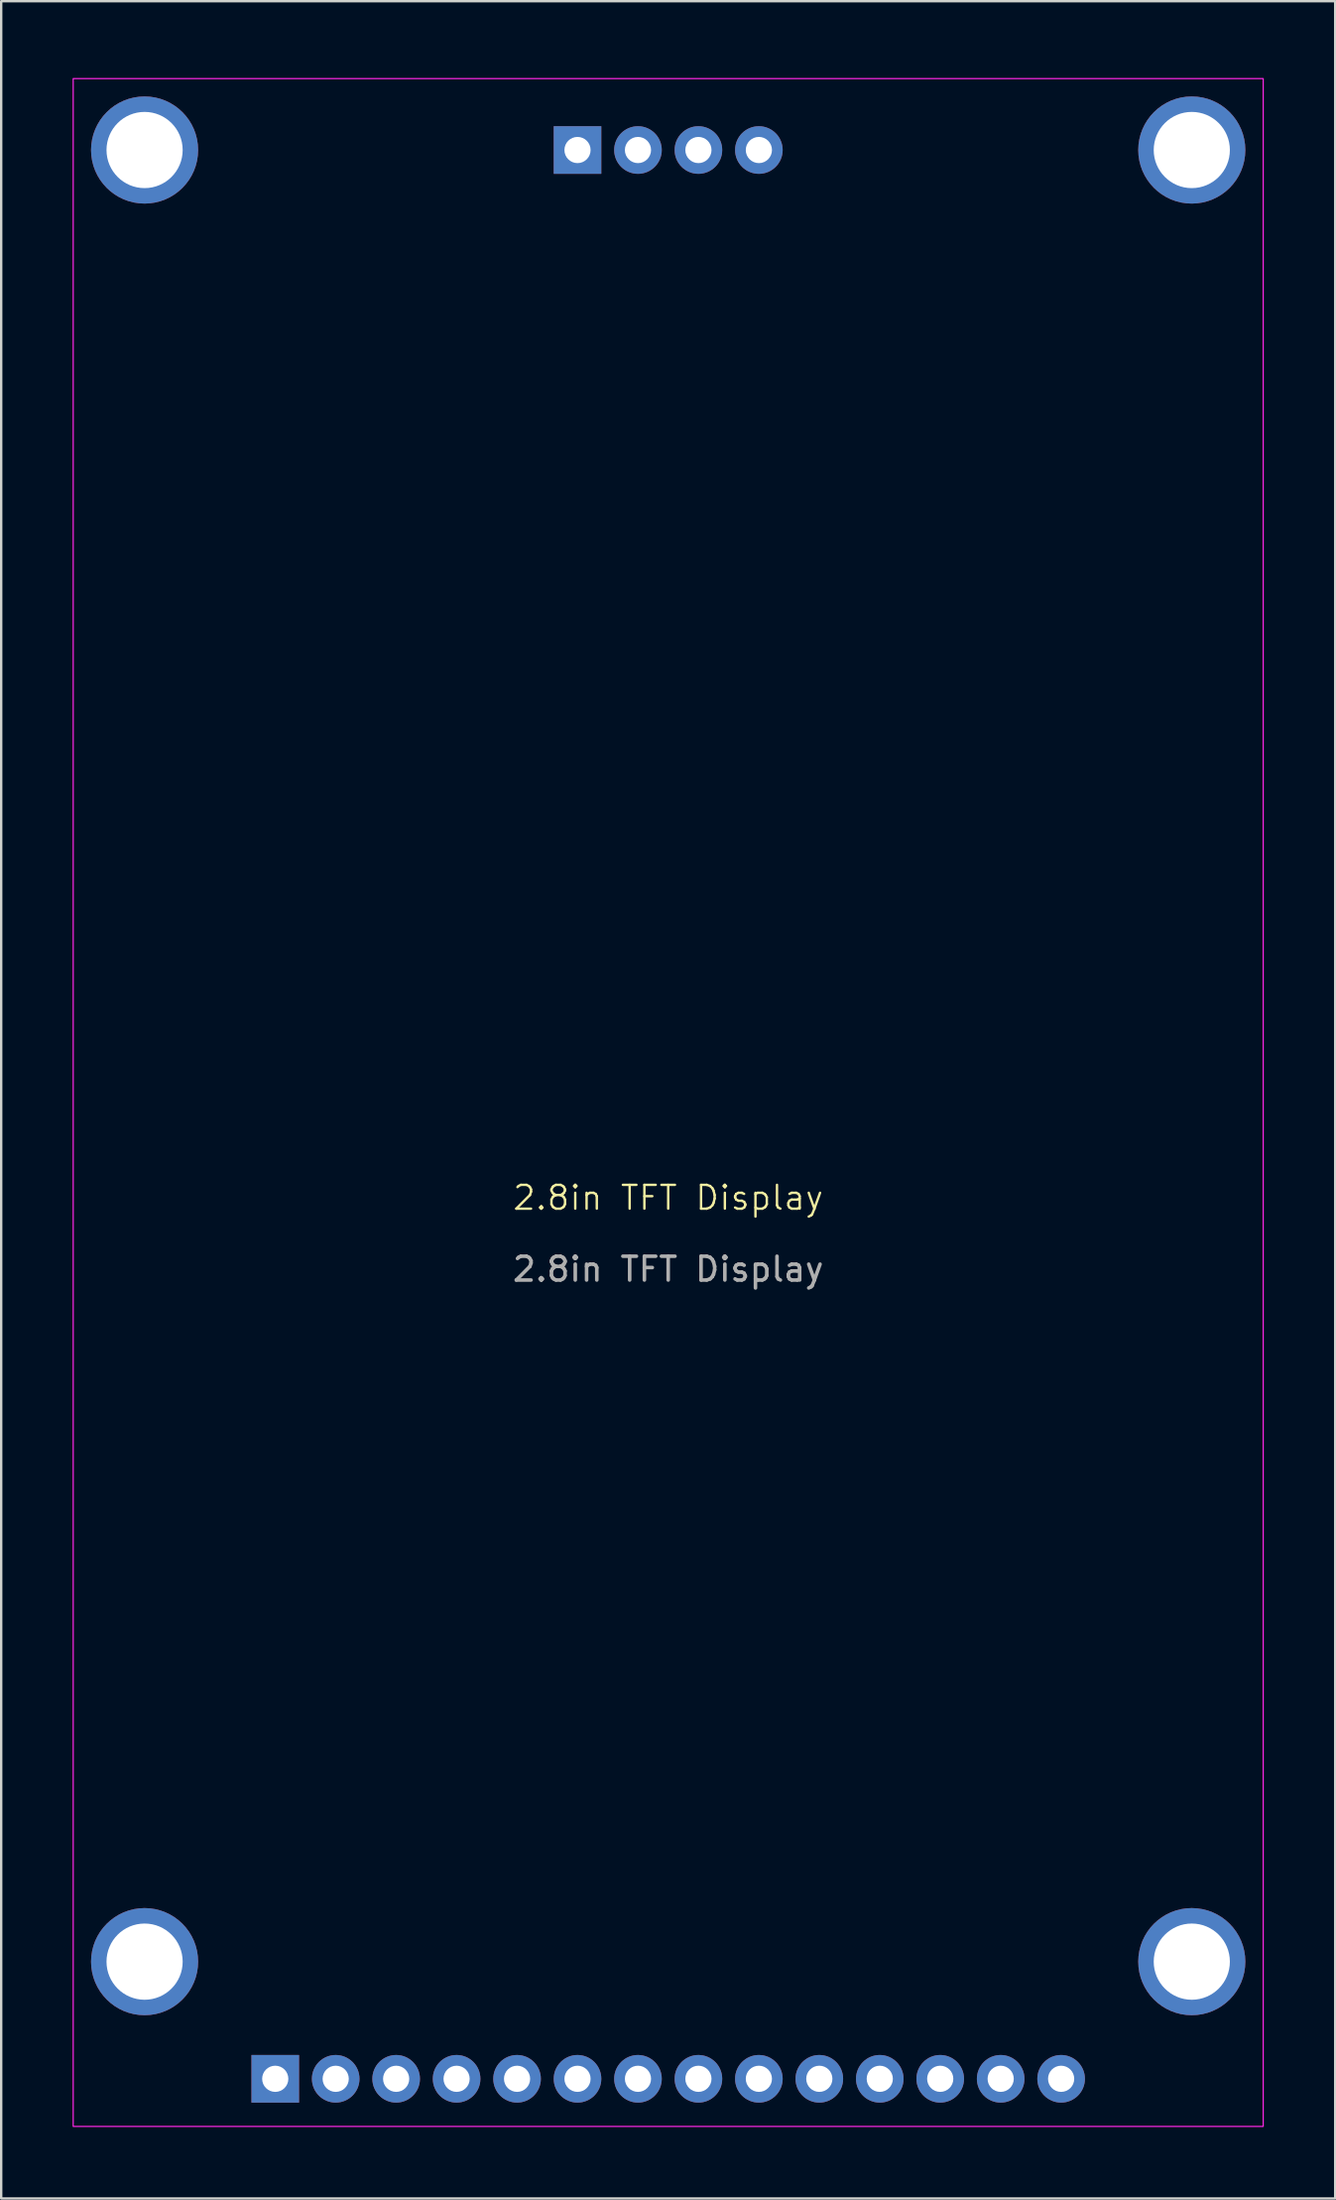
<source format=kicad_pcb>
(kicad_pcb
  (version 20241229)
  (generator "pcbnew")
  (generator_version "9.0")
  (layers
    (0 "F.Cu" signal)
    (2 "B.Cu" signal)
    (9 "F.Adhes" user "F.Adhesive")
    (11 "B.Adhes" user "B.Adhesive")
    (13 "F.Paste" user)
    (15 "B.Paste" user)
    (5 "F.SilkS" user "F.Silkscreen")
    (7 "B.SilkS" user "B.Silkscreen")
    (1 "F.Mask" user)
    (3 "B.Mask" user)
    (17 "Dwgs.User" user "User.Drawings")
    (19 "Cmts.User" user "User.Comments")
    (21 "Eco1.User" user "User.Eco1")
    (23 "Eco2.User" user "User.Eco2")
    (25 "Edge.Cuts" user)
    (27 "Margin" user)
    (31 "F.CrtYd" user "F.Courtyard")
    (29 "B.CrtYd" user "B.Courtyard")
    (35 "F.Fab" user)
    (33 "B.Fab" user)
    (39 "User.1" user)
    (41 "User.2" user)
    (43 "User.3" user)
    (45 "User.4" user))
  (footprint "2.8in TFT Display"
    (layer "F.Cu")
    (at 25.025 0.25)
    (property "Reference" "2.8in TFT Display" (at 0 47 0) (unlocked yes) (layer "F.SilkS") (effects (font (size 1 1) (thickness 0.1))))
    (attr through_hole)
    (fp_rect (start -25 0) (end 25 86) (stroke (width 0.05) (type default)) (fill no) (layer "F.CrtYd"))
    (fp_text user "${REFERENCE}" (at 0 50 0) (unlocked yes) (layer "F.Fab") (effects (font (size 1 1) (thickness 0.15))))
    (pad "" thru_hole circle (at -22 3) (size 4.5 4.5) (drill 3.2) (layers "*.Cu" "*.Mask"))
    (pad "" thru_hole circle (at -22 79.08) (size 4.5 4.5) (drill 3.2) (layers "*.Cu" "*.Mask"))
    (pad "" thru_hole circle (at 22 3) (size 4.5 4.5) (drill 3.2) (layers "*.Cu" "*.Mask"))
    (pad "" thru_hole circle (at 22 79.08) (size 4.5 4.5) (drill 3.2) (layers "*.Cu" "*.Mask"))
    (pad "1" thru_hole circle (at 16.51 84) (size 2 2) (drill 1.1) (layers "*.Cu" "*.Mask"))
    (pad "2" thru_hole circle (at 13.97 84) (size 2 2) (drill 1.1) (layers "*.Cu" "*.Mask"))
    (pad "3" thru_hole circle (at 11.43 84) (size 2 2) (drill 1.1) (layers "*.Cu" "*.Mask"))
    (pad "4" thru_hole circle (at 8.89 84) (size 2 2) (drill 1.1) (layers "*.Cu" "*.Mask"))
    (pad "5" thru_hole circle (at 6.35 84) (size 2 2) (drill 1.1) (layers "*.Cu" "*.Mask"))
    (pad "6" thru_hole circle (at 3.81 84) (size 2 2) (drill 1.1) (layers "*.Cu" "*.Mask"))
    (pad "7" thru_hole circle (at 1.27 84) (size 2 2) (drill 1.1) (layers "*.Cu" "*.Mask"))
    (pad "8" thru_hole circle (at -1.27 84) (size 2 2) (drill 1.1) (layers "*.Cu" "*.Mask"))
    (pad "9" thru_hole circle (at -3.81 84) (size 2 2) (drill 1.1) (layers "*.Cu" "*.Mask"))
    (pad "10" thru_hole circle (at -6.35 84) (size 2 2) (drill 1.1) (layers "*.Cu" "*.Mask"))
    (pad "11" thru_hole circle (at -8.89 84) (size 2 2) (drill 1.1) (layers "*.Cu" "*.Mask"))
    (pad "12" thru_hole circle (at -11.43 84) (size 2 2) (drill 1.1) (layers "*.Cu" "*.Mask"))
    (pad "13" thru_hole circle (at -13.97 84) (size 2 2) (drill 1.1) (layers "*.Cu" "*.Mask"))
    (pad "14" thru_hole rect (at -16.51 84) (size 2 2) (drill 1.1) (layers "*.Cu" "*.Mask"))
    (pad "15" thru_hole circle (at 3.81 3) (size 2 2) (drill 1.1) (layers "*.Cu" "*.Mask"))
    (pad "16" thru_hole circle (at 1.27 3) (size 2 2) (drill 1.1) (layers "*.Cu" "*.Mask"))
    (pad "17" thru_hole circle (at -1.27 3) (size 2 2) (drill 1.1) (layers "*.Cu" "*.Mask"))
    (pad "18" thru_hole rect (at -3.81 3) (size 2 2) (drill 1.1) (layers "*.Cu" "*.Mask")))
  (gr_rect
    (start -3 -3)
    (end 53.05 89.275)
    (stroke (width 0.1) (type default))
    (fill no)
    (layer "Edge.Cuts")))
</source>
